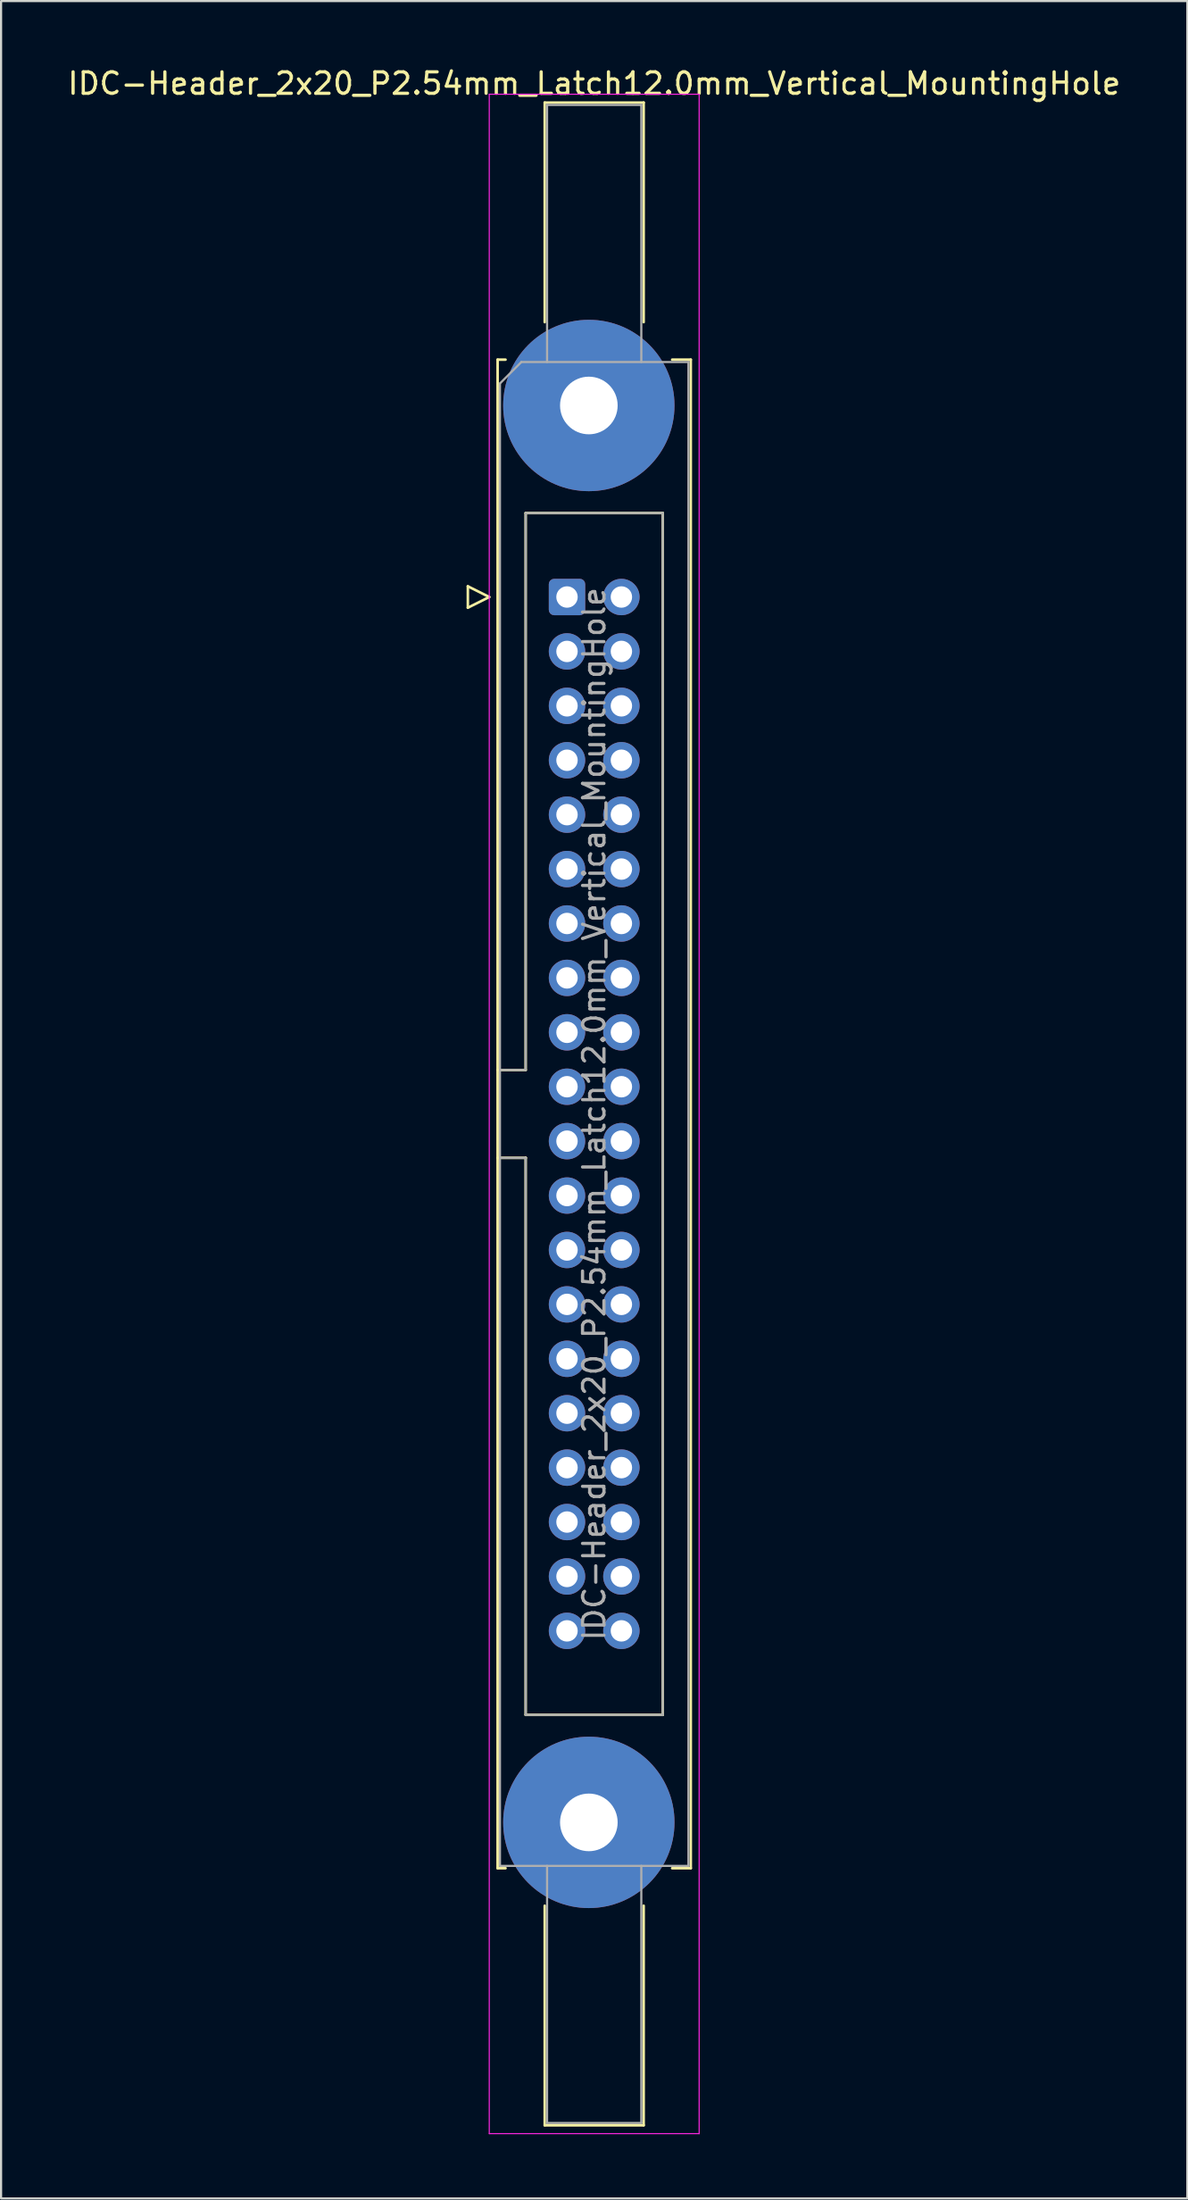
<source format=kicad_pcb>
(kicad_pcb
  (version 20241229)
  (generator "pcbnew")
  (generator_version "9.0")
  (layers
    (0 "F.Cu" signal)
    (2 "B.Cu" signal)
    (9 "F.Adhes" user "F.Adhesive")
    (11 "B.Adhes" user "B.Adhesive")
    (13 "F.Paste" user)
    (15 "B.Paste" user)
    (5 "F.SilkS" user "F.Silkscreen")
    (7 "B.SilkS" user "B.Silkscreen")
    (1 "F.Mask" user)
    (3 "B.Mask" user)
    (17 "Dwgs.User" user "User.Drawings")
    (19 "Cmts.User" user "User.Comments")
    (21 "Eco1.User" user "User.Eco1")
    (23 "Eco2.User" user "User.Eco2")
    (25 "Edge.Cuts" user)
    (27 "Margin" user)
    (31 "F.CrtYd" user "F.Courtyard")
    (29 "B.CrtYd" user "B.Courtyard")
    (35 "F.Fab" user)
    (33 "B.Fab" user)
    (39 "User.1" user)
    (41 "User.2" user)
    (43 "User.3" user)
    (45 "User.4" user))
  (footprint "IDC-Header_2x20_P2.54mm_Latch12.0mm_Vertical_MountingHole"
    (layer "F.Cu")
    (at 23.426 24.818)
    (property "Reference" "IDC-Header_2x20_P2.54mm_Latch12.0mm_Vertical_MountingHole" (at 1.27 -23.97 0) (layer "F.SilkS") (effects (font (size 1 1) (thickness 0.15))))
    (attr through_hole)
    (fp_line (start -4.63 -0.5) (end -4.63 0.5) (stroke (width 0.12) (type solid)) (layer "F.SilkS"))
    (fp_line (start -4.63 0.5) (end -3.63 0) (stroke (width 0.12) (type solid)) (layer "F.SilkS"))
    (fp_line (start -3.63 0) (end -4.63 -0.5) (stroke (width 0.12) (type solid)) (layer "F.SilkS"))
    (fp_line (start -3.24 -11.08) (end -3.24 59.34) (stroke (width 0.12) (type solid)) (layer "F.SilkS"))
    (fp_line (start -3.24 22.08) (end -1.93 22.08) (stroke (width 0.12) (type solid)) (layer "F.SilkS"))
    (fp_line (start -3.24 59.34) (end -2.87 59.34) (stroke (width 0.12) (type solid)) (layer "F.SilkS"))
    (fp_line (start -2.87 -11.08) (end -3.24 -11.08) (stroke (width 0.12) (type solid)) (layer "F.SilkS"))
    (fp_line (start -1.93 -3.92) (end 4.47 -3.92) (stroke (width 0.12) (type solid)) (layer "F.SilkS"))
    (fp_line (start -1.93 22.08) (end -1.93 -3.92) (stroke (width 0.12) (type solid)) (layer "F.SilkS"))
    (fp_line (start -1.93 26.18) (end -3.24 26.18) (stroke (width 0.12) (type solid)) (layer "F.SilkS"))
    (fp_line (start -1.93 26.18) (end -1.93 26.18) (stroke (width 0.12) (type solid)) (layer "F.SilkS"))
    (fp_line (start -1.93 52.18) (end -1.93 26.18) (stroke (width 0.12) (type solid)) (layer "F.SilkS"))
    (fp_line (start -1.04 -23.08) (end 3.58 -23.08) (stroke (width 0.12) (type solid)) (layer "F.SilkS"))
    (fp_line (start -1.04 -12.83) (end -1.04 -23.08) (stroke (width 0.12) (type solid)) (layer "F.SilkS"))
    (fp_line (start -1.04 61.09) (end -1.04 71.34) (stroke (width 0.12) (type solid)) (layer "F.SilkS"))
    (fp_line (start -1.04 71.34) (end 3.58 71.34) (stroke (width 0.12) (type solid)) (layer "F.SilkS"))
    (fp_line (start 3.58 -23.08) (end 3.58 -12.83) (stroke (width 0.12) (type solid)) (layer "F.SilkS"))
    (fp_line (start 3.58 71.34) (end 3.58 61.09) (stroke (width 0.12) (type solid)) (layer "F.SilkS"))
    (fp_line (start 4.47 -3.92) (end 4.47 52.18) (stroke (width 0.12) (type solid)) (layer "F.SilkS"))
    (fp_line (start 4.47 52.18) (end -1.93 52.18) (stroke (width 0.12) (type solid)) (layer "F.SilkS"))
    (fp_line (start 4.91 -11.08) (end 5.78 -11.08) (stroke (width 0.12) (type solid)) (layer "F.SilkS"))
    (fp_line (start 5.78 -11.08) (end 5.78 59.34) (stroke (width 0.12) (type solid)) (layer "F.SilkS"))
    (fp_line (start 5.78 59.34) (end 4.91 59.34) (stroke (width 0.12) (type solid)) (layer "F.SilkS"))
    (fp_line (start -3.63 -23.47) (end -3.63 71.73) (stroke (width 0.05) (type solid)) (layer "F.CrtYd"))
    (fp_line (start -3.63 71.73) (end 6.17 71.73) (stroke (width 0.05) (type solid)) (layer "F.CrtYd"))
    (fp_line (start 6.17 -23.47) (end -3.63 -23.47) (stroke (width 0.05) (type solid)) (layer "F.CrtYd"))
    (fp_line (start 6.17 71.73) (end 6.17 -23.47) (stroke (width 0.05) (type solid)) (layer "F.CrtYd"))
    (fp_line (start -3.13 -9.97) (end -2.13 -10.97) (stroke (width 0.1) (type solid)) (layer "F.Fab"))
    (fp_line (start -3.13 22.08) (end -1.93 22.08) (stroke (width 0.1) (type solid)) (layer "F.Fab"))
    (fp_line (start -3.13 59.23) (end -3.13 -9.97) (stroke (width 0.1) (type solid)) (layer "F.Fab"))
    (fp_line (start -2.13 -10.97) (end 5.67 -10.97) (stroke (width 0.1) (type solid)) (layer "F.Fab"))
    (fp_line (start -1.93 -3.92) (end 4.47 -3.92) (stroke (width 0.1) (type solid)) (layer "F.Fab"))
    (fp_line (start -1.93 22.08) (end -1.93 -3.92) (stroke (width 0.1) (type solid)) (layer "F.Fab"))
    (fp_line (start -1.93 26.18) (end -3.13 26.18) (stroke (width 0.1) (type solid)) (layer "F.Fab"))
    (fp_line (start -1.93 26.18) (end -1.93 26.18) (stroke (width 0.1) (type solid)) (layer "F.Fab"))
    (fp_line (start -1.93 52.18) (end -1.93 26.18) (stroke (width 0.1) (type solid)) (layer "F.Fab"))
    (fp_line (start -0.93 -22.97) (end 3.47 -22.97) (stroke (width 0.1) (type solid)) (layer "F.Fab"))
    (fp_line (start -0.93 -10.97) (end -0.93 -22.97) (stroke (width 0.1) (type solid)) (layer "F.Fab"))
    (fp_line (start -0.93 59.23) (end -0.93 71.23) (stroke (width 0.1) (type solid)) (layer "F.Fab"))
    (fp_line (start -0.93 71.23) (end 3.47 71.23) (stroke (width 0.1) (type solid)) (layer "F.Fab"))
    (fp_line (start 3.47 -22.97) (end 3.47 -10.97) (stroke (width 0.1) (type solid)) (layer "F.Fab"))
    (fp_line (start 3.47 71.23) (end 3.47 59.23) (stroke (width 0.1) (type solid)) (layer "F.Fab"))
    (fp_line (start 4.47 -3.92) (end 4.47 52.18) (stroke (width 0.1) (type solid)) (layer "F.Fab"))
    (fp_line (start 4.47 52.18) (end -1.93 52.18) (stroke (width 0.1) (type solid)) (layer "F.Fab"))
    (fp_line (start 5.67 -10.97) (end 5.67 59.23) (stroke (width 0.1) (type solid)) (layer "F.Fab"))
    (fp_line (start 5.67 59.23) (end -3.13 59.23) (stroke (width 0.1) (type solid)) (layer "F.Fab"))
    (fp_text user "${REFERENCE}" (at 1.27 24.13 90) (layer "F.Fab") (effects (font (size 1 1) (thickness 0.15))))
    (pad "" thru_hole circle (at 1.02 -8.94) (size 8 8) (drill 2.69) (layers "*.Cu" "*.Mask"))
    (pad "" thru_hole circle (at 1.02 57.2) (size 8 8) (drill 2.69) (layers "*.Cu" "*.Mask"))
    (pad "1" thru_hole roundrect (at 0 0) (size 1.7 1.7) (drill 1) (layers "*.Cu" "*.Mask") (roundrect_rratio 0.147))
    (pad "2" thru_hole circle (at 2.54 0) (size 1.7 1.7) (drill 1) (layers "*.Cu" "*.Mask"))
    (pad "3" thru_hole circle (at 0 2.54) (size 1.7 1.7) (drill 1) (layers "*.Cu" "*.Mask"))
    (pad "4" thru_hole circle (at 2.54 2.54) (size 1.7 1.7) (drill 1) (layers "*.Cu" "*.Mask"))
    (pad "5" thru_hole circle (at 0 5.08) (size 1.7 1.7) (drill 1) (layers "*.Cu" "*.Mask"))
    (pad "6" thru_hole circle (at 2.54 5.08) (size 1.7 1.7) (drill 1) (layers "*.Cu" "*.Mask"))
    (pad "7" thru_hole circle (at 0 7.62) (size 1.7 1.7) (drill 1) (layers "*.Cu" "*.Mask"))
    (pad "8" thru_hole circle (at 2.54 7.62) (size 1.7 1.7) (drill 1) (layers "*.Cu" "*.Mask"))
    (pad "9" thru_hole circle (at 0 10.16) (size 1.7 1.7) (drill 1) (layers "*.Cu" "*.Mask"))
    (pad "10" thru_hole circle (at 2.54 10.16) (size 1.7 1.7) (drill 1) (layers "*.Cu" "*.Mask"))
    (pad "11" thru_hole circle (at 0 12.7) (size 1.7 1.7) (drill 1) (layers "*.Cu" "*.Mask"))
    (pad "12" thru_hole circle (at 2.54 12.7) (size 1.7 1.7) (drill 1) (layers "*.Cu" "*.Mask"))
    (pad "13" thru_hole circle (at 0 15.24) (size 1.7 1.7) (drill 1) (layers "*.Cu" "*.Mask"))
    (pad "14" thru_hole circle (at 2.54 15.24) (size 1.7 1.7) (drill 1) (layers "*.Cu" "*.Mask"))
    (pad "15" thru_hole circle (at 0 17.78) (size 1.7 1.7) (drill 1) (layers "*.Cu" "*.Mask"))
    (pad "16" thru_hole circle (at 2.54 17.78) (size 1.7 1.7) (drill 1) (layers "*.Cu" "*.Mask"))
    (pad "17" thru_hole circle (at 0 20.32) (size 1.7 1.7) (drill 1) (layers "*.Cu" "*.Mask"))
    (pad "18" thru_hole circle (at 2.54 20.32) (size 1.7 1.7) (drill 1) (layers "*.Cu" "*.Mask"))
    (pad "19" thru_hole circle (at 0 22.86) (size 1.7 1.7) (drill 1) (layers "*.Cu" "*.Mask"))
    (pad "20" thru_hole circle (at 2.54 22.86) (size 1.7 1.7) (drill 1) (layers "*.Cu" "*.Mask"))
    (pad "21" thru_hole circle (at 0 25.4) (size 1.7 1.7) (drill 1) (layers "*.Cu" "*.Mask"))
    (pad "22" thru_hole circle (at 2.54 25.4) (size 1.7 1.7) (drill 1) (layers "*.Cu" "*.Mask"))
    (pad "23" thru_hole circle (at 0 27.94) (size 1.7 1.7) (drill 1) (layers "*.Cu" "*.Mask"))
    (pad "24" thru_hole circle (at 2.54 27.94) (size 1.7 1.7) (drill 1) (layers "*.Cu" "*.Mask"))
    (pad "25" thru_hole circle (at 0 30.48) (size 1.7 1.7) (drill 1) (layers "*.Cu" "*.Mask"))
    (pad "26" thru_hole circle (at 2.54 30.48) (size 1.7 1.7) (drill 1) (layers "*.Cu" "*.Mask"))
    (pad "27" thru_hole circle (at 0 33.02) (size 1.7 1.7) (drill 1) (layers "*.Cu" "*.Mask"))
    (pad "28" thru_hole circle (at 2.54 33.02) (size 1.7 1.7) (drill 1) (layers "*.Cu" "*.Mask"))
    (pad "29" thru_hole circle (at 0 35.56) (size 1.7 1.7) (drill 1) (layers "*.Cu" "*.Mask"))
    (pad "30" thru_hole circle (at 2.54 35.56) (size 1.7 1.7) (drill 1) (layers "*.Cu" "*.Mask"))
    (pad "31" thru_hole circle (at 0 38.1) (size 1.7 1.7) (drill 1) (layers "*.Cu" "*.Mask"))
    (pad "32" thru_hole circle (at 2.54 38.1) (size 1.7 1.7) (drill 1) (layers "*.Cu" "*.Mask"))
    (pad "33" thru_hole circle (at 0 40.64) (size 1.7 1.7) (drill 1) (layers "*.Cu" "*.Mask"))
    (pad "34" thru_hole circle (at 2.54 40.64) (size 1.7 1.7) (drill 1) (layers "*.Cu" "*.Mask"))
    (pad "35" thru_hole circle (at 0 43.18) (size 1.7 1.7) (drill 1) (layers "*.Cu" "*.Mask"))
    (pad "36" thru_hole circle (at 2.54 43.18) (size 1.7 1.7) (drill 1) (layers "*.Cu" "*.Mask"))
    (pad "37" thru_hole circle (at 0 45.72) (size 1.7 1.7) (drill 1) (layers "*.Cu" "*.Mask"))
    (pad "38" thru_hole circle (at 2.54 45.72) (size 1.7 1.7) (drill 1) (layers "*.Cu" "*.Mask"))
    (pad "39" thru_hole circle (at 0 48.26) (size 1.7 1.7) (drill 1) (layers "*.Cu" "*.Mask"))
    (pad "40" thru_hole circle (at 2.54 48.26) (size 1.7 1.7) (drill 1) (layers "*.Cu" "*.Mask")))
  (gr_rect
    (start -3 -3)
    (end 52.393 99.573)
    (stroke (width 0.1) (type default))
    (fill no)
    (layer "Edge.Cuts")))
</source>
